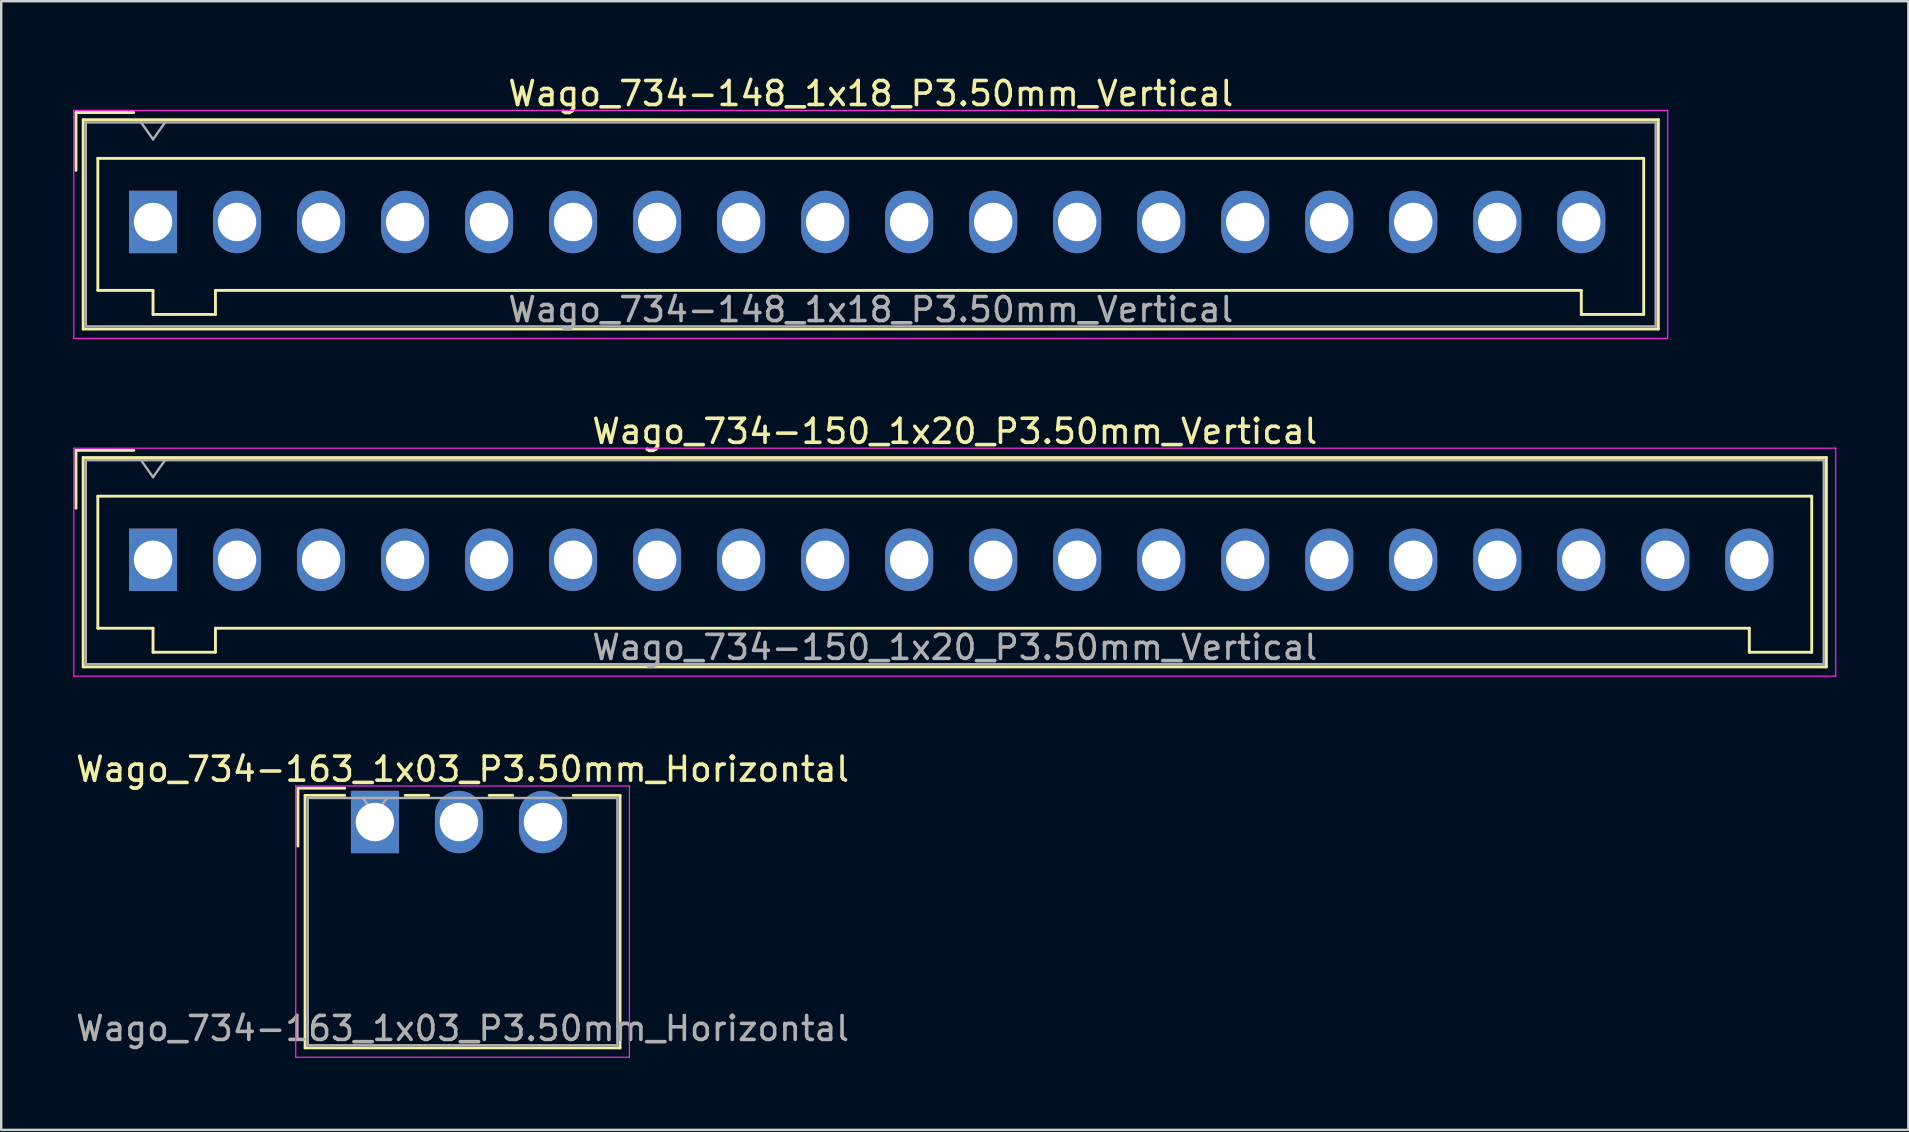
<source format=kicad_pcb>
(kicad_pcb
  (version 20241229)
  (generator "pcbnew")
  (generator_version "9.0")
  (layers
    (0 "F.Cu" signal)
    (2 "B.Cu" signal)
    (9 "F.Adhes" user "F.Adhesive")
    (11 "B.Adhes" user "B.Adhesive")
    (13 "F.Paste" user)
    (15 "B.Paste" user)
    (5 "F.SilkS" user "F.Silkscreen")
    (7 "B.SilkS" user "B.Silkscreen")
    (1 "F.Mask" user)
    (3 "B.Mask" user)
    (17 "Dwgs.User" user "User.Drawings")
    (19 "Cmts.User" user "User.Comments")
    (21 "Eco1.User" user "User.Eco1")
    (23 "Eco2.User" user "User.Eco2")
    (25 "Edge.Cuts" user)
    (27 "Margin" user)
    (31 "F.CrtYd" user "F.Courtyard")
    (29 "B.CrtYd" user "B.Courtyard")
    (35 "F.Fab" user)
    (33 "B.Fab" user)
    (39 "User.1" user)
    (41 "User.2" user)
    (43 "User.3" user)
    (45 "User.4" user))
  (footprint "Wago_734-150_1x20_P3.50mm_Vertical"
    (layer "F.Cu")
    (at 3.325 20.271)
    (property "Reference" "Wago_734-150_1x20_P3.50mm_Vertical" (at 33.4 -5.35 0) (layer "F.SilkS") (effects (font (size 1 1) (thickness 0.15))))
    (attr through_hole)
    (fp_line (start -3.21 -4.56) (end -0.8 -4.56) (stroke (width 0.12) (type solid)) (layer "F.SilkS"))
    (fp_line (start -3.21 -2.15) (end -3.21 -4.56) (stroke (width 0.12) (type solid)) (layer "F.SilkS"))
    (fp_line (start -2.91 -4.26) (end -2.91 4.46) (stroke (width 0.12) (type solid)) (layer "F.SilkS"))
    (fp_line (start -2.91 4.46) (end 69.71 4.46) (stroke (width 0.12) (type solid)) (layer "F.SilkS"))
    (fp_line (start -2.3 -2.65) (end -2.3 2.85) (stroke (width 0.12) (type solid)) (layer "F.SilkS"))
    (fp_line (start -2.3 2.85) (end 0 2.85) (stroke (width 0.12) (type solid)) (layer "F.SilkS"))
    (fp_line (start 0 2.85) (end 0 3.85) (stroke (width 0.12) (type solid)) (layer "F.SilkS"))
    (fp_line (start 0 3.85) (end 2.6 3.85) (stroke (width 0.12) (type solid)) (layer "F.SilkS"))
    (fp_line (start 2.6 2.85) (end 66.5 2.85) (stroke (width 0.12) (type solid)) (layer "F.SilkS"))
    (fp_line (start 2.6 3.85) (end 2.6 2.85) (stroke (width 0.12) (type solid)) (layer "F.SilkS"))
    (fp_line (start 66.5 2.85) (end 66.5 3.85) (stroke (width 0.12) (type solid)) (layer "F.SilkS"))
    (fp_line (start 66.5 3.85) (end 69.1 3.85) (stroke (width 0.12) (type solid)) (layer "F.SilkS"))
    (fp_line (start 69.1 -2.65) (end -2.3 -2.65) (stroke (width 0.12) (type solid)) (layer "F.SilkS"))
    (fp_line (start 69.1 3.85) (end 69.1 -2.65) (stroke (width 0.12) (type solid)) (layer "F.SilkS"))
    (fp_line (start 69.71 -4.26) (end -2.91 -4.26) (stroke (width 0.12) (type solid)) (layer "F.SilkS"))
    (fp_line (start 69.71 4.46) (end 69.71 -4.26) (stroke (width 0.12) (type solid)) (layer "F.SilkS"))
    (fp_line (start -3.3 -4.65) (end -3.3 4.85) (stroke (width 0.05) (type solid)) (layer "F.CrtYd"))
    (fp_line (start -3.3 4.85) (end 70.1 4.85) (stroke (width 0.05) (type solid)) (layer "F.CrtYd"))
    (fp_line (start 70.1 -4.65) (end -3.3 -4.65) (stroke (width 0.05) (type solid)) (layer "F.CrtYd"))
    (fp_line (start 70.1 4.85) (end 70.1 -4.65) (stroke (width 0.05) (type solid)) (layer "F.CrtYd"))
    (fp_line (start -2.8 -4.15) (end -2.8 4.35) (stroke (width 0.1) (type solid)) (layer "F.Fab"))
    (fp_line (start -2.8 4.35) (end 69.6 4.35) (stroke (width 0.1) (type solid)) (layer "F.Fab"))
    (fp_line (start -0.5 -4.15) (end 0 -3.443) (stroke (width 0.1) (type solid)) (layer "F.Fab"))
    (fp_line (start 0 -3.443) (end 0.5 -4.15) (stroke (width 0.1) (type solid)) (layer "F.Fab"))
    (fp_line (start 69.6 -4.15) (end -2.8 -4.15) (stroke (width 0.1) (type solid)) (layer "F.Fab"))
    (fp_line (start 69.6 4.35) (end 69.6 -4.15) (stroke (width 0.1) (type solid)) (layer "F.Fab"))
    (fp_text user "${REFERENCE}" (at 33.4 3.65 0) (layer "F.Fab") (effects (font (size 1 1) (thickness 0.15))))
    (pad "1" thru_hole rect (at 0 0) (size 2 2.6) (drill 1.6) (layers "*.Cu" "*.Mask"))
    (pad "2" thru_hole oval (at 3.5 0) (size 2 2.6) (drill 1.6) (layers "*.Cu" "*.Mask"))
    (pad "3" thru_hole oval (at 7 0) (size 2 2.6) (drill 1.6) (layers "*.Cu" "*.Mask"))
    (pad "4" thru_hole oval (at 10.5 0) (size 2 2.6) (drill 1.6) (layers "*.Cu" "*.Mask"))
    (pad "5" thru_hole oval (at 14 0) (size 2 2.6) (drill 1.6) (layers "*.Cu" "*.Mask"))
    (pad "6" thru_hole oval (at 17.5 0) (size 2 2.6) (drill 1.6) (layers "*.Cu" "*.Mask"))
    (pad "7" thru_hole oval (at 21 0) (size 2 2.6) (drill 1.6) (layers "*.Cu" "*.Mask"))
    (pad "8" thru_hole oval (at 24.5 0) (size 2 2.6) (drill 1.6) (layers "*.Cu" "*.Mask"))
    (pad "9" thru_hole oval (at 28 0) (size 2 2.6) (drill 1.6) (layers "*.Cu" "*.Mask"))
    (pad "10" thru_hole oval (at 31.5 0) (size 2 2.6) (drill 1.6) (layers "*.Cu" "*.Mask"))
    (pad "11" thru_hole oval (at 35 0) (size 2 2.6) (drill 1.6) (layers "*.Cu" "*.Mask"))
    (pad "12" thru_hole oval (at 38.5 0) (size 2 2.6) (drill 1.6) (layers "*.Cu" "*.Mask"))
    (pad "13" thru_hole oval (at 42 0) (size 2 2.6) (drill 1.6) (layers "*.Cu" "*.Mask"))
    (pad "14" thru_hole oval (at 45.5 0) (size 2 2.6) (drill 1.6) (layers "*.Cu" "*.Mask"))
    (pad "15" thru_hole oval (at 49 0) (size 2 2.6) (drill 1.6) (layers "*.Cu" "*.Mask"))
    (pad "16" thru_hole oval (at 52.5 0) (size 2 2.6) (drill 1.6) (layers "*.Cu" "*.Mask"))
    (pad "17" thru_hole oval (at 56 0) (size 2 2.6) (drill 1.6) (layers "*.Cu" "*.Mask"))
    (pad "18" thru_hole oval (at 59.5 0) (size 2 2.6) (drill 1.6) (layers "*.Cu" "*.Mask"))
    (pad "19" thru_hole oval (at 63 0) (size 2 2.6) (drill 1.6) (layers "*.Cu" "*.Mask"))
    (pad "20" thru_hole oval (at 66.5 0) (size 2 2.6) (drill 1.6) (layers "*.Cu" "*.Mask")))
  (footprint "Wago_734-148_1x18_P3.50mm_Vertical"
    (layer "F.Cu")
    (at 3.325 6.198)
    (property "Reference" "Wago_734-148_1x18_P3.50mm_Vertical" (at 29.9 -5.35 0) (layer "F.SilkS") (effects (font (size 1 1) (thickness 0.15))))
    (attr through_hole)
    (fp_line (start -3.21 -4.56) (end -0.8 -4.56) (stroke (width 0.12) (type solid)) (layer "F.SilkS"))
    (fp_line (start -3.21 -2.15) (end -3.21 -4.56) (stroke (width 0.12) (type solid)) (layer "F.SilkS"))
    (fp_line (start -2.91 -4.26) (end -2.91 4.46) (stroke (width 0.12) (type solid)) (layer "F.SilkS"))
    (fp_line (start -2.91 4.46) (end 62.71 4.46) (stroke (width 0.12) (type solid)) (layer "F.SilkS"))
    (fp_line (start -2.3 -2.65) (end -2.3 2.85) (stroke (width 0.12) (type solid)) (layer "F.SilkS"))
    (fp_line (start -2.3 2.85) (end 0 2.85) (stroke (width 0.12) (type solid)) (layer "F.SilkS"))
    (fp_line (start 0 2.85) (end 0 3.85) (stroke (width 0.12) (type solid)) (layer "F.SilkS"))
    (fp_line (start 0 3.85) (end 2.6 3.85) (stroke (width 0.12) (type solid)) (layer "F.SilkS"))
    (fp_line (start 2.6 2.85) (end 59.5 2.85) (stroke (width 0.12) (type solid)) (layer "F.SilkS"))
    (fp_line (start 2.6 3.85) (end 2.6 2.85) (stroke (width 0.12) (type solid)) (layer "F.SilkS"))
    (fp_line (start 59.5 2.85) (end 59.5 3.85) (stroke (width 0.12) (type solid)) (layer "F.SilkS"))
    (fp_line (start 59.5 3.85) (end 62.1 3.85) (stroke (width 0.12) (type solid)) (layer "F.SilkS"))
    (fp_line (start 62.1 -2.65) (end -2.3 -2.65) (stroke (width 0.12) (type solid)) (layer "F.SilkS"))
    (fp_line (start 62.1 3.85) (end 62.1 -2.65) (stroke (width 0.12) (type solid)) (layer "F.SilkS"))
    (fp_line (start 62.71 -4.26) (end -2.91 -4.26) (stroke (width 0.12) (type solid)) (layer "F.SilkS"))
    (fp_line (start 62.71 4.46) (end 62.71 -4.26) (stroke (width 0.12) (type solid)) (layer "F.SilkS"))
    (fp_line (start -3.3 -4.65) (end -3.3 4.85) (stroke (width 0.05) (type solid)) (layer "F.CrtYd"))
    (fp_line (start -3.3 4.85) (end 63.1 4.85) (stroke (width 0.05) (type solid)) (layer "F.CrtYd"))
    (fp_line (start 63.1 -4.65) (end -3.3 -4.65) (stroke (width 0.05) (type solid)) (layer "F.CrtYd"))
    (fp_line (start 63.1 4.85) (end 63.1 -4.65) (stroke (width 0.05) (type solid)) (layer "F.CrtYd"))
    (fp_line (start -2.8 -4.15) (end -2.8 4.35) (stroke (width 0.1) (type solid)) (layer "F.Fab"))
    (fp_line (start -2.8 4.35) (end 62.6 4.35) (stroke (width 0.1) (type solid)) (layer "F.Fab"))
    (fp_line (start -0.5 -4.15) (end 0 -3.443) (stroke (width 0.1) (type solid)) (layer "F.Fab"))
    (fp_line (start 0 -3.443) (end 0.5 -4.15) (stroke (width 0.1) (type solid)) (layer "F.Fab"))
    (fp_line (start 62.6 -4.15) (end -2.8 -4.15) (stroke (width 0.1) (type solid)) (layer "F.Fab"))
    (fp_line (start 62.6 4.35) (end 62.6 -4.15) (stroke (width 0.1) (type solid)) (layer "F.Fab"))
    (fp_text user "${REFERENCE}" (at 29.9 3.65 0) (layer "F.Fab") (effects (font (size 1 1) (thickness 0.15))))
    (pad "1" thru_hole rect (at 0 0) (size 2 2.6) (drill 1.6) (layers "*.Cu" "*.Mask"))
    (pad "2" thru_hole oval (at 3.5 0) (size 2 2.6) (drill 1.6) (layers "*.Cu" "*.Mask"))
    (pad "3" thru_hole oval (at 7 0) (size 2 2.6) (drill 1.6) (layers "*.Cu" "*.Mask"))
    (pad "4" thru_hole oval (at 10.5 0) (size 2 2.6) (drill 1.6) (layers "*.Cu" "*.Mask"))
    (pad "5" thru_hole oval (at 14 0) (size 2 2.6) (drill 1.6) (layers "*.Cu" "*.Mask"))
    (pad "6" thru_hole oval (at 17.5 0) (size 2 2.6) (drill 1.6) (layers "*.Cu" "*.Mask"))
    (pad "7" thru_hole oval (at 21 0) (size 2 2.6) (drill 1.6) (layers "*.Cu" "*.Mask"))
    (pad "8" thru_hole oval (at 24.5 0) (size 2 2.6) (drill 1.6) (layers "*.Cu" "*.Mask"))
    (pad "9" thru_hole oval (at 28 0) (size 2 2.6) (drill 1.6) (layers "*.Cu" "*.Mask"))
    (pad "10" thru_hole oval (at 31.5 0) (size 2 2.6) (drill 1.6) (layers "*.Cu" "*.Mask"))
    (pad "11" thru_hole oval (at 35 0) (size 2 2.6) (drill 1.6) (layers "*.Cu" "*.Mask"))
    (pad "12" thru_hole oval (at 38.5 0) (size 2 2.6) (drill 1.6) (layers "*.Cu" "*.Mask"))
    (pad "13" thru_hole oval (at 42 0) (size 2 2.6) (drill 1.6) (layers "*.Cu" "*.Mask"))
    (pad "14" thru_hole oval (at 45.5 0) (size 2 2.6) (drill 1.6) (layers "*.Cu" "*.Mask"))
    (pad "15" thru_hole oval (at 49 0) (size 2 2.6) (drill 1.6) (layers "*.Cu" "*.Mask"))
    (pad "16" thru_hole oval (at 52.5 0) (size 2 2.6) (drill 1.6) (layers "*.Cu" "*.Mask"))
    (pad "17" thru_hole oval (at 56 0) (size 2 2.6) (drill 1.6) (layers "*.Cu" "*.Mask"))
    (pad "18" thru_hole oval (at 59.5 0) (size 2 2.6) (drill 1.6) (layers "*.Cu" "*.Mask")))
  (footprint "Wago_734-163_1x03_P3.50mm_Horizontal"
    (layer "F.Cu")
    (at 12.57 31.195)
    (property "Reference" "Wago_734-163_1x03_P3.50mm_Horizontal" (at 3.65 -2.2 0) (layer "F.SilkS") (effects (font (size 1 1) (thickness 0.15))))
    (attr through_hole)
    (fp_line (start -3.21 -1.41) (end -1.26 -1.41) (stroke (width 0.12) (type solid)) (layer "F.SilkS"))
    (fp_line (start -3.21 1) (end -3.21 -1.41) (stroke (width 0.12) (type solid)) (layer "F.SilkS"))
    (fp_line (start -2.91 -1.11) (end -2.91 9.41) (stroke (width 0.12) (type solid)) (layer "F.SilkS"))
    (fp_line (start -2.91 9.41) (end 10.21 9.41) (stroke (width 0.12) (type solid)) (layer "F.SilkS"))
    (fp_line (start -1.26 -1.11) (end -2.91 -1.11) (stroke (width 0.12) (type solid)) (layer "F.SilkS"))
    (fp_line (start 1.26 -1.11) (end 2.24 -1.11) (stroke (width 0.12) (type solid)) (layer "F.SilkS"))
    (fp_line (start 4.76 -1.11) (end 5.74 -1.11) (stroke (width 0.12) (type solid)) (layer "F.SilkS"))
    (fp_line (start 10.21 -1.11) (end 8.26 -1.11) (stroke (width 0.12) (type solid)) (layer "F.SilkS"))
    (fp_line (start 10.21 9.41) (end 10.21 -1.11) (stroke (width 0.12) (type solid)) (layer "F.SilkS"))
    (fp_line (start -3.3 -1.5) (end -3.3 9.8) (stroke (width 0.05) (type solid)) (layer "F.CrtYd"))
    (fp_line (start -3.3 9.8) (end 10.6 9.8) (stroke (width 0.05) (type solid)) (layer "F.CrtYd"))
    (fp_line (start 10.6 -1.5) (end -3.3 -1.5) (stroke (width 0.05) (type solid)) (layer "F.CrtYd"))
    (fp_line (start 10.6 9.8) (end 10.6 -1.5) (stroke (width 0.05) (type solid)) (layer "F.CrtYd"))
    (fp_line (start -2.8 -1) (end -2.8 9.3) (stroke (width 0.1) (type solid)) (layer "F.Fab"))
    (fp_line (start -2.8 9.3) (end 10.1 9.3) (stroke (width 0.1) (type solid)) (layer "F.Fab"))
    (fp_line (start -0.5 -1) (end 0 -0.293) (stroke (width 0.1) (type solid)) (layer "F.Fab"))
    (fp_line (start 0 -0.293) (end 0.5 -1) (stroke (width 0.1) (type solid)) (layer "F.Fab"))
    (fp_line (start 10.1 -1) (end -2.8 -1) (stroke (width 0.1) (type solid)) (layer "F.Fab"))
    (fp_line (start 10.1 9.3) (end 10.1 -1) (stroke (width 0.1) (type solid)) (layer "F.Fab"))
    (fp_text user "${REFERENCE}" (at 3.65 8.6 0) (layer "F.Fab") (effects (font (size 1 1) (thickness 0.15))))
    (pad "1" thru_hole rect (at 0 0) (size 2 2.6) (drill 1.6) (layers "*.Cu" "*.Mask"))
    (pad "2" thru_hole oval (at 3.5 0) (size 2 2.6) (drill 1.6) (layers "*.Cu" "*.Mask"))
    (pad "3" thru_hole oval (at 7 0) (size 2 2.6) (drill 1.6) (layers "*.Cu" "*.Mask")))
  (gr_rect
    (start -3 -3)
    (end 76.45 44.02)
    (stroke (width 0.1) (type default))
    (fill no)
    (layer "Edge.Cuts")))
</source>
